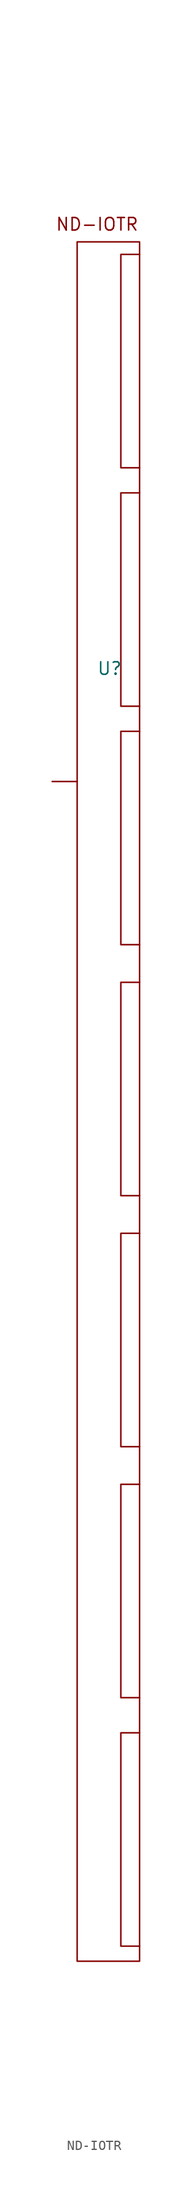
<source format=kicad_sym>
(kicad_symbol_lib
  (version 20231120)
  (generator "kicad_symbol_editor")
  (generator_version "8.0")
  (symbol "ND-IOTR"
    (property "Reference" "U"
      (at 3.302 11.43 0)
      (effects (font (size 1.27 1.27))))
    (property "Value" ""
      (at 0 0 0)
      (effects (font (size 1.27 1.27))))
    (symbol "ND-IOTR_0_1"
      (polyline (pts (xy 6.35 -96.266) (xy 4.445 -96.266) (xy 4.445 -117.856) (xy 6.35 -117.856)) (stroke (width 0) (type default)) (fill (type none)))
      (polyline (pts (xy 6.35 -71.12) (xy 4.445 -71.12) (xy 4.445 -92.71) (xy 6.35 -92.71)) (stroke (width 0) (type default)) (fill (type none)))
      (polyline (pts (xy 6.35 -45.72) (xy 4.445 -45.72) (xy 4.445 -67.31) (xy 6.35 -67.31)) (stroke (width 0) (type default)) (fill (type none)))
      (polyline (pts (xy 6.35 -20.32) (xy 4.445 -20.32) (xy 4.445 -41.91) (xy 6.35 -41.91)) (stroke (width 0) (type default)) (fill (type none)))
      (polyline (pts (xy 6.35 5.08) (xy 4.445 5.08) (xy 4.445 -16.51) (xy 6.35 -16.51)) (stroke (width 0) (type default)) (fill (type none)))
      (polyline (pts (xy 6.35 29.21) (xy 4.445 29.21) (xy 4.445 7.62) (xy 6.35 7.62)) (stroke (width 0) (type default)) (fill (type none)))
      (polyline (pts (xy 6.35 31.75) (xy 4.445 31.75) (xy 4.445 53.34) (xy 6.35 53.34)) (stroke (width 0) (type default)) (fill (type none)))
      (rectangle (start 0 54.61) (end 6.35 -119.38) (stroke (width 0) (type default)) (fill (type none))))
    (symbol "ND-IOTR_1_1"
      (text "ND-IOTR" (at 2.032 56.388 0) (effects (font (size 1.27 1.27))))
      (pin input line (at -2.54 0 0) (length 2.54) (name "" (effects (font (size 0.889 0.889)))) (number "" (effects (font (size 1.27 1.27))))))))
</source>
